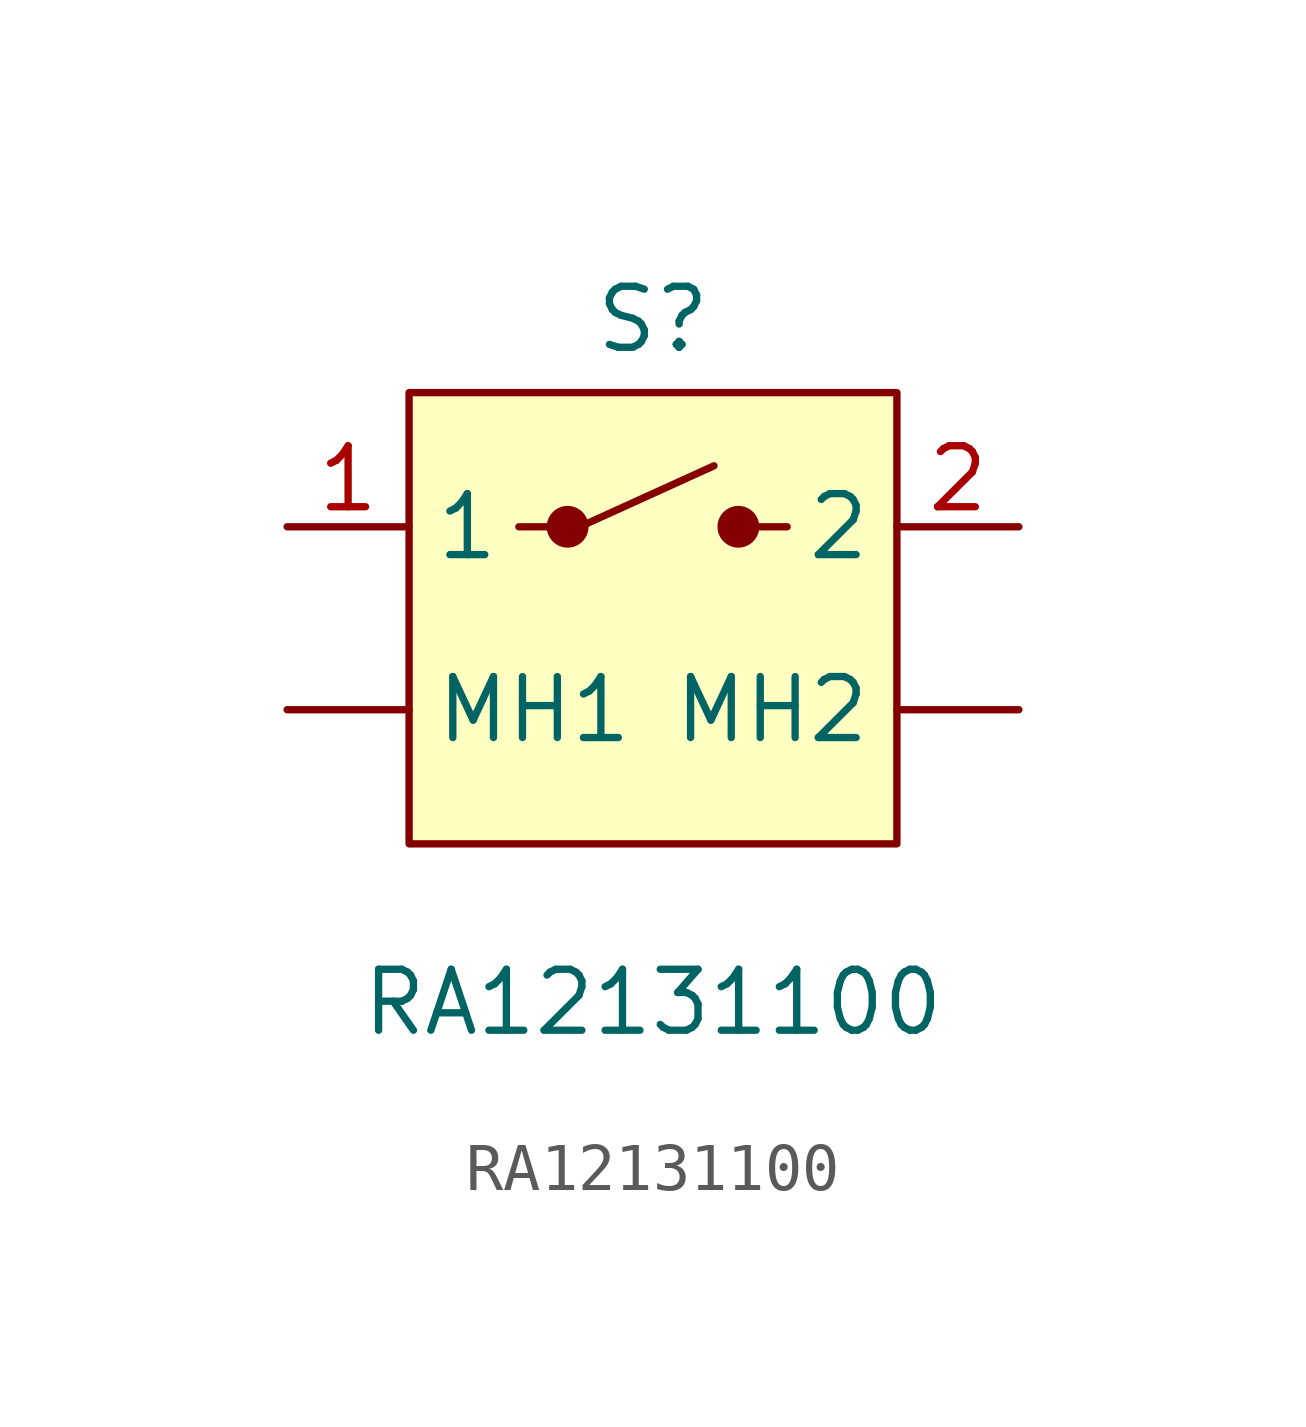
<source format=kicad_sym>
(kicad_symbol_lib
  (version 20231120)
  (generator "kicad_symbol_editor")
  (generator_version "8.0")
  (symbol "RA12131100"
    (property "Reference" "S"
      (at 0 4.318 0)
      (effects (font (size 1.27 1.27))))
    (property "Value" "RA12131100"
      (at 0 -9.906 0)
      (effects (font (size 1.27 1.27))))
    (symbol "RA12131100_0_0"
      (pin passive line (at -7.62 0 0) (length 2.54) (name "1" (effects (font (size 1.27 1.27)))) (number "1" (effects (font (size 1.27 1.27)))))
      (pin passive line (at 7.62 0 180) (length 2.54) (name "2" (effects (font (size 1.27 1.27)))) (number "2" (effects (font (size 1.27 1.27))))))
    (symbol "RA12131100_1_1"
      (rectangle (start -5.08 2.794) (end 5.08 -6.604) (stroke (width 0) (type default)) (fill (type background)))
      (circle (center -1.778 0) (radius 0.359) (stroke (width 0) (type default)) (fill (type outline)))
      (polyline (pts (xy -2.032 0) (xy -2.794 0)) (stroke (width 0) (type default)) (fill (type none)))
      (polyline (pts (xy -1.524 0) (xy 1.27 1.27)) (stroke (width 0) (type default)) (fill (type none)))
      (polyline (pts (xy 2.032 0) (xy 2.794 0)) (stroke (width 0) (type default)) (fill (type none)))
      (circle (center 1.778 0) (radius 0.359) (stroke (width 0) (type default)) (fill (type outline)))
      (pin passive line (at -7.62 -3.81 0) (length 2.54) (name "MH1" (effects (font (size 1.27 1.27)))) (number "" (effects (font (size 1.27 1.27)))))
      (pin passive line (at 7.62 -3.81 180) (length 2.54) (name "MH2" (effects (font (size 1.27 1.27)))) (number "" (effects (font (size 1.27 1.27))))))))
</source>
